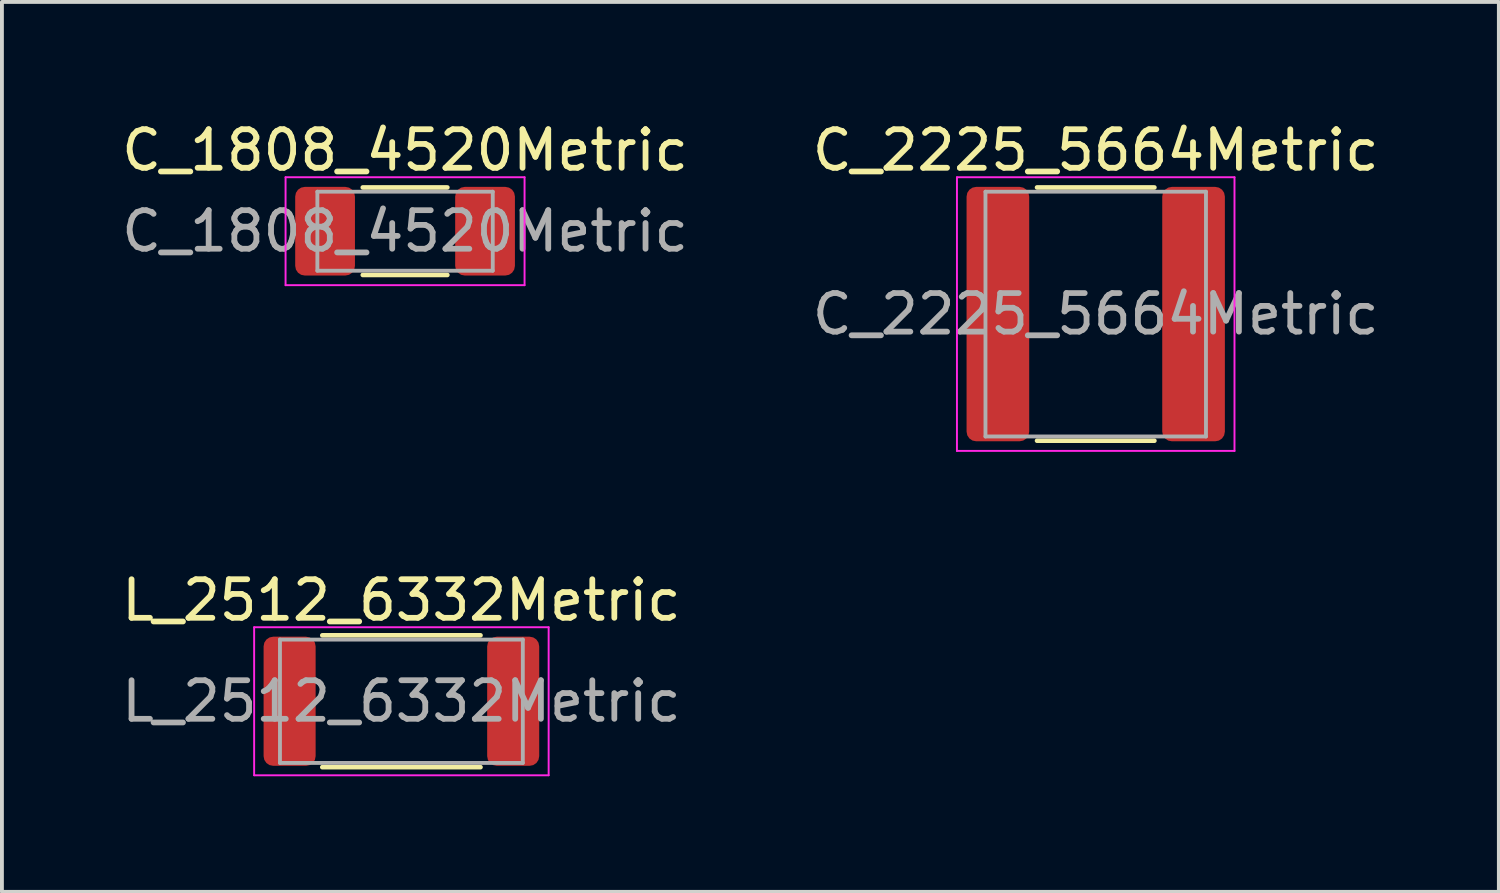
<source format=kicad_pcb>
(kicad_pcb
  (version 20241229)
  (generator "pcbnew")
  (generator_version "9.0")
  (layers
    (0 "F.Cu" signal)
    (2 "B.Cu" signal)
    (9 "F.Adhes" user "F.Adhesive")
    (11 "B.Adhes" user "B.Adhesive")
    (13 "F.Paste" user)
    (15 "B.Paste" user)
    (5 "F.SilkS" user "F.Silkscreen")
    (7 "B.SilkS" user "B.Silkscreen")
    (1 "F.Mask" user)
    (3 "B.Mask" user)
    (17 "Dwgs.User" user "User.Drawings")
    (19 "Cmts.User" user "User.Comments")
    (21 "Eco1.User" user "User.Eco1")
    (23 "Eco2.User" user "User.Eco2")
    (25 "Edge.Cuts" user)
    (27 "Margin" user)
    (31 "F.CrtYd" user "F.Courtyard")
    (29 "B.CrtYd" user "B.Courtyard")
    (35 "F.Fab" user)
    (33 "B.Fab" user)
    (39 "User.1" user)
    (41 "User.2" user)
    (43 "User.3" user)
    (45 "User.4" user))
  (footprint "C_1808_4520Metric"
    (layer "F.Cu")
    (at 7.458 2.948)
    (property "Reference" "C_1808_4520Metric" (at 0 -2.1 0) (layer "F.SilkS") (effects (font (size 1 1) (thickness 0.15))))
    (attr smd)
    (fp_line (start -1.097 -1.135) (end 1.097 -1.135) (stroke (width 0.12) (type solid)) (layer "F.SilkS"))
    (fp_line (start -1.097 1.135) (end 1.097 1.135) (stroke (width 0.12) (type solid)) (layer "F.SilkS"))
    (fp_line (start -3.1 -1.4) (end 3.1 -1.4) (stroke (width 0.05) (type solid)) (layer "F.CrtYd"))
    (fp_line (start -3.1 1.4) (end -3.1 -1.4) (stroke (width 0.05) (type solid)) (layer "F.CrtYd"))
    (fp_line (start 3.1 -1.4) (end 3.1 1.4) (stroke (width 0.05) (type solid)) (layer "F.CrtYd"))
    (fp_line (start 3.1 1.4) (end -3.1 1.4) (stroke (width 0.05) (type solid)) (layer "F.CrtYd"))
    (fp_line (start -2.275 -1.025) (end 2.275 -1.025) (stroke (width 0.1) (type solid)) (layer "F.Fab"))
    (fp_line (start -2.275 1.025) (end -2.275 -1.025) (stroke (width 0.1) (type solid)) (layer "F.Fab"))
    (fp_line (start 2.275 -1.025) (end 2.275 1.025) (stroke (width 0.1) (type solid)) (layer "F.Fab"))
    (fp_line (start 2.275 1.025) (end -2.275 1.025) (stroke (width 0.1) (type solid)) (layer "F.Fab"))
    (fp_text user "${REFERENCE}" (at 0 0 0) (layer "F.Fab") (effects (font (size 1 1) (thickness 0.15))))
    (pad "1" smd roundrect (at -2.075 0) (size 1.55 2.3) (layers "F.Cu" "F.Mask" "F.Paste") (roundrect_rratio 0.161))
    (pad "2" smd roundrect (at 2.075 0) (size 1.55 2.3) (layers "F.Cu" "F.Mask" "F.Paste") (roundrect_rratio 0.161)))
  (footprint "L_2512_6332Metric"
    (layer "F.Cu")
    (at 7.363 15.142)
    (property "Reference" "L_2512_6332Metric" (at 0 -2.62 0) (layer "F.SilkS") (effects (font (size 1 1) (thickness 0.15))))
    (attr smd)
    (fp_line (start -2.052 -1.71) (end 2.052 -1.71) (stroke (width 0.12) (type solid)) (layer "F.SilkS"))
    (fp_line (start -2.052 1.71) (end 2.052 1.71) (stroke (width 0.12) (type solid)) (layer "F.SilkS"))
    (fp_line (start -3.82 -1.92) (end 3.82 -1.92) (stroke (width 0.05) (type solid)) (layer "F.CrtYd"))
    (fp_line (start -3.82 1.92) (end -3.82 -1.92) (stroke (width 0.05) (type solid)) (layer "F.CrtYd"))
    (fp_line (start 3.82 -1.92) (end 3.82 1.92) (stroke (width 0.05) (type solid)) (layer "F.CrtYd"))
    (fp_line (start 3.82 1.92) (end -3.82 1.92) (stroke (width 0.05) (type solid)) (layer "F.CrtYd"))
    (fp_line (start -3.15 -1.6) (end 3.15 -1.6) (stroke (width 0.1) (type solid)) (layer "F.Fab"))
    (fp_line (start -3.15 1.6) (end -3.15 -1.6) (stroke (width 0.1) (type solid)) (layer "F.Fab"))
    (fp_line (start 3.15 -1.6) (end 3.15 1.6) (stroke (width 0.1) (type solid)) (layer "F.Fab"))
    (fp_line (start 3.15 1.6) (end -3.15 1.6) (stroke (width 0.1) (type solid)) (layer "F.Fab"))
    (fp_text user "${REFERENCE}" (at 0 0 0) (layer "F.Fab") (effects (font (size 1 1) (thickness 0.15))))
    (pad "1" smd roundrect (at -2.9 0) (size 1.35 3.35) (layers "F.Cu" "F.Mask" "F.Paste") (roundrect_rratio 0.185))
    (pad "2" smd roundrect (at 2.9 0) (size 1.35 3.35) (layers "F.Cu" "F.Mask" "F.Paste") (roundrect_rratio 0.185)))
  (footprint "C_2225_5664Metric"
    (layer "F.Cu")
    (at 25.375 5.098)
    (property "Reference" "C_2225_5664Metric" (at 0 -4.25 0) (layer "F.SilkS") (effects (font (size 1 1) (thickness 0.15))))
    (attr smd)
    (fp_line (start -1.522 -3.285) (end 1.522 -3.285) (stroke (width 0.12) (type solid)) (layer "F.SilkS"))
    (fp_line (start -1.522 3.285) (end 1.522 3.285) (stroke (width 0.12) (type solid)) (layer "F.SilkS"))
    (fp_line (start -3.6 -3.55) (end 3.6 -3.55) (stroke (width 0.05) (type solid)) (layer "F.CrtYd"))
    (fp_line (start -3.6 3.55) (end -3.6 -3.55) (stroke (width 0.05) (type solid)) (layer "F.CrtYd"))
    (fp_line (start 3.6 -3.55) (end 3.6 3.55) (stroke (width 0.05) (type solid)) (layer "F.CrtYd"))
    (fp_line (start 3.6 3.55) (end -3.6 3.55) (stroke (width 0.05) (type solid)) (layer "F.CrtYd"))
    (fp_line (start -2.86 -3.175) (end 2.86 -3.175) (stroke (width 0.1) (type solid)) (layer "F.Fab"))
    (fp_line (start -2.86 3.175) (end -2.86 -3.175) (stroke (width 0.1) (type solid)) (layer "F.Fab"))
    (fp_line (start 2.86 -3.175) (end 2.86 3.175) (stroke (width 0.1) (type solid)) (layer "F.Fab"))
    (fp_line (start 2.86 3.175) (end -2.86 3.175) (stroke (width 0.1) (type solid)) (layer "F.Fab"))
    (fp_text user "${REFERENCE}" (at 0 0 0) (layer "F.Fab") (effects (font (size 1 1) (thickness 0.15))))
    (pad "1" smd roundrect (at -2.538 0) (size 1.625 6.6) (layers "F.Cu" "F.Mask" "F.Paste") (roundrect_rratio 0.154))
    (pad "2" smd roundrect (at 2.538 0) (size 1.625 6.6) (layers "F.Cu" "F.Mask" "F.Paste") (roundrect_rratio 0.154)))
  (gr_rect
    (start -3 -3)
    (end 35.833 20.087)
    (stroke (width 0.1) (type default))
    (fill no)
    (layer "Edge.Cuts")))
</source>
